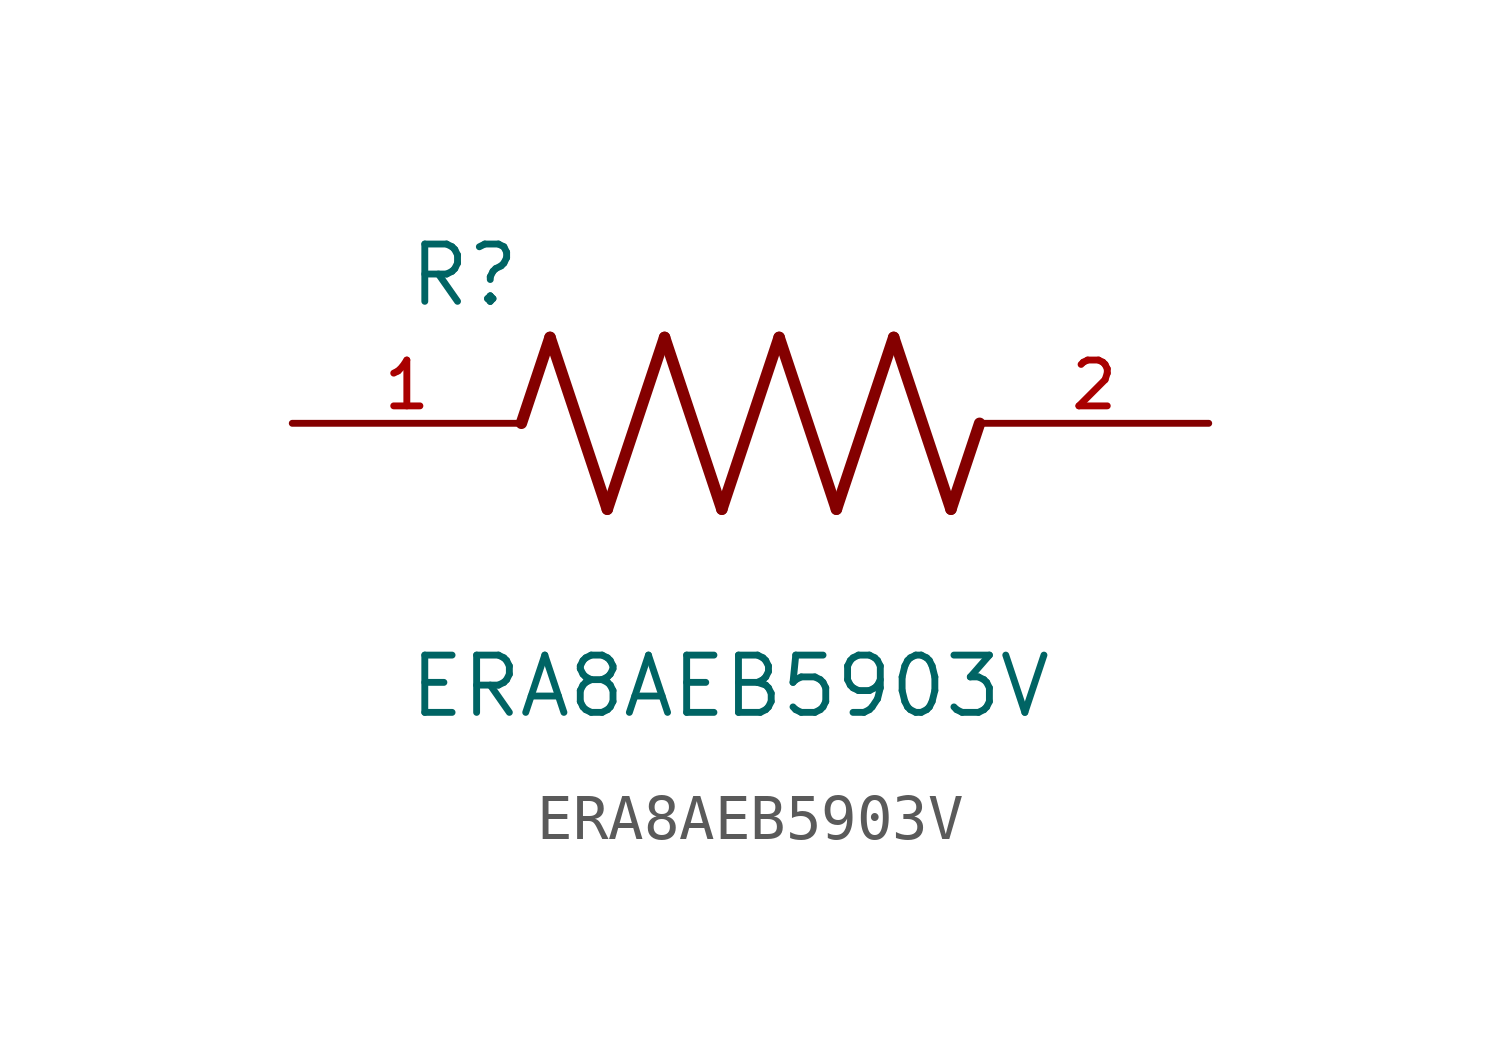
<source format=kicad_sym>
(kicad_symbol_lib
  (version 20211014)
  (generator kicad_symbol_editor)
  (symbol "ERA8AEB5903V"
    (pin_names
      (offset 1.016))
    (property "Reference" "R"
      (at -7.624 2.541 0)
      (effects (font (size 1.27 1.27)) (justify bottom left)))
    (property "Value" "ERA8AEB5903V"
      (at -7.624 -5.087 0)
      (effects (font (size 1.27 1.27)) (justify top left)))
    (symbol "ERA8AEB5903V_0_0"
      (polyline (pts (xy -5.08 0.0) (xy -4.445 1.905)) (stroke (width 0.254)))
      (polyline (pts (xy -4.445 1.905) (xy -3.175 -1.905)) (stroke (width 0.254)))
      (polyline (pts (xy -3.175 -1.905) (xy -1.905 1.905)) (stroke (width 0.254)))
      (polyline (pts (xy -1.905 1.905) (xy -0.635 -1.905)) (stroke (width 0.254)))
      (polyline (pts (xy -0.635 -1.905) (xy 0.635 1.905)) (stroke (width 0.254)))
      (polyline (pts (xy 0.635 1.905) (xy 1.905 -1.905)) (stroke (width 0.254)))
      (polyline (pts (xy 1.905 -1.905) (xy 3.175 1.905)) (stroke (width 0.254)))
      (polyline (pts (xy 3.175 1.905) (xy 4.445 -1.905)) (stroke (width 0.254)))
      (polyline (pts (xy 4.445 -1.905) (xy 5.08 0.0)) (stroke (width 0.254)))
      (pin passive line (at -10.16 0.0 0) (length 5.08) (name "~" (effects (font (size 1.016 1.016)))) (number "1" (effects (font (size 1.016 1.016)))))
      (pin passive line (at 10.16 0.0 180.0) (length 5.08) (name "~" (effects (font (size 1.016 1.016)))) (number "2" (effects (font (size 1.016 1.016))))))))
</source>
